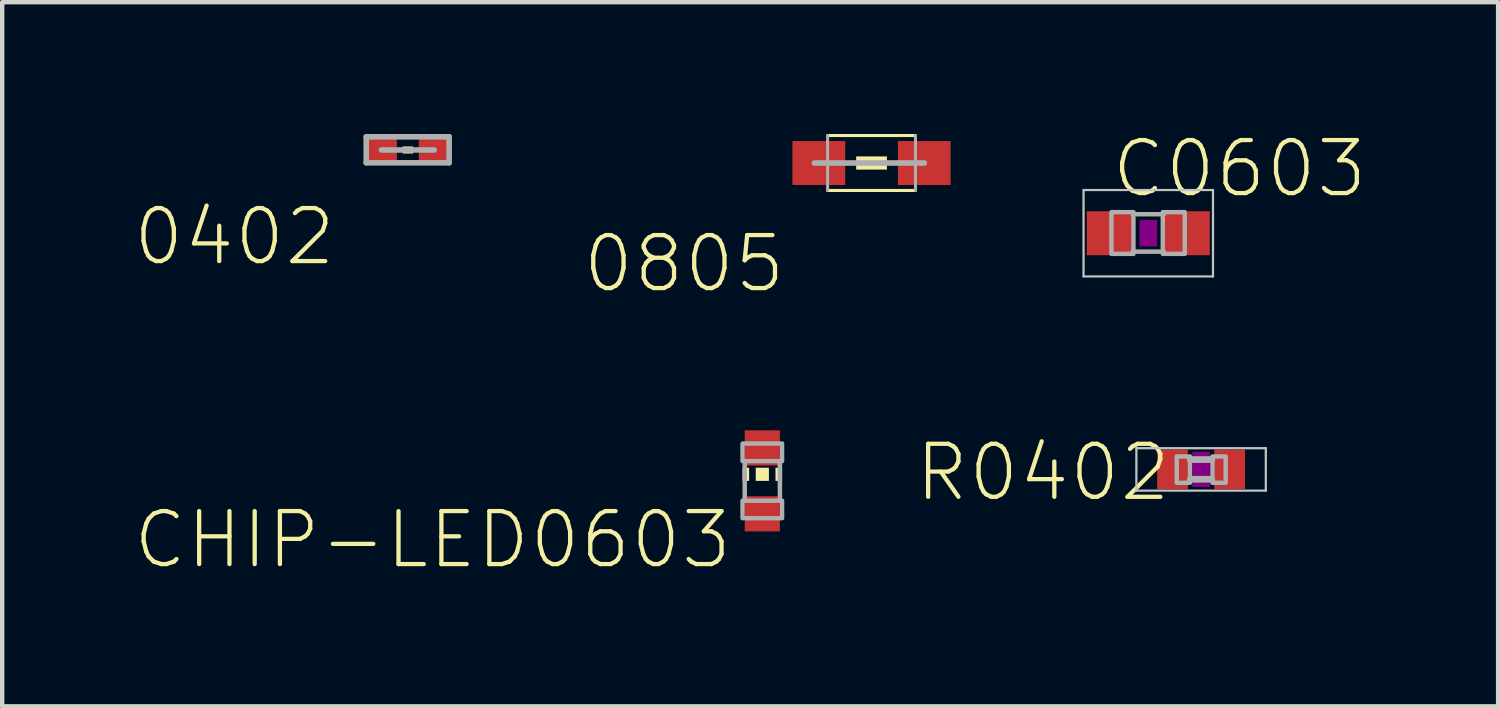
<source format=kicad_pcb>
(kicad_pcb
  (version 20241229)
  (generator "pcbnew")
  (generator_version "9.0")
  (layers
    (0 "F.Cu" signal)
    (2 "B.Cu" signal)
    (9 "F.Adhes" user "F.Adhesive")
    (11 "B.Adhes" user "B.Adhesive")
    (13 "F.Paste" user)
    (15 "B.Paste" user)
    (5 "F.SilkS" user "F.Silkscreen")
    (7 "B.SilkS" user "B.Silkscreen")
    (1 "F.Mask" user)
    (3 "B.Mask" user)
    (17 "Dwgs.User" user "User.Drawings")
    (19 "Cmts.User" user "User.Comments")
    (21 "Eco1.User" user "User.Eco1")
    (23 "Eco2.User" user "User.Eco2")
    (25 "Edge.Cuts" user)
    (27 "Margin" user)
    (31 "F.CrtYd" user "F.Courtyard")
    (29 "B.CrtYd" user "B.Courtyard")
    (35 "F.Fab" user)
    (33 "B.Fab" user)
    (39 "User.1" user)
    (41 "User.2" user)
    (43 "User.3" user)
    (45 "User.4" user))
  (footprint "0402"
    (layer "F.Cu")
    (at 6.232 0.363)
    (property "Reference" "0402" (at -1.587 1.27 180) (layer "F.SilkS") (effects (font (size 1.206 1.206) (thickness 0.097)) (justify right top)))
    (attr through_hole)
    (fp_poly (pts (xy -0.12 0.08) (xy 0.12 0.08) (xy 0.12 -0.08) (xy -0.12 -0.08)) (stroke (width 0) (type solid)) (fill yes) (layer "F.SilkS"))
    (fp_line (start -0.947 -0.3) (end 0.94 -0.3) (stroke (width 0.127) (type solid)) (layer "F.Fab"))
    (fp_line (start -0.947 0.292) (end -0.947 -0.3) (stroke (width 0.127) (type solid)) (layer "F.Fab"))
    (fp_line (start -0.6 0) (end 0.6 0) (stroke (width 0.127) (type solid)) (layer "F.Fab"))
    (fp_line (start 0.94 -0.3) (end 0.94 0.292) (stroke (width 0.127) (type solid)) (layer "F.Fab"))
    (fp_line (start 0.94 0.292) (end -0.947 0.292) (stroke (width 0.127) (type solid)) (layer "F.Fab"))
    (pad "1" smd rect (at -0.6 0) (size 0.7 0.6) (layers "F.Cu" "F.Mask" "F.Paste"))
    (pad "2" smd rect (at 0.6 0) (size 0.7 0.6) (layers "F.Cu" "F.Mask" "F.Paste")))
  (footprint "0805"
    (layer "F.Cu")
    (at 16.785 0.66)
    (property "Reference" "0805" (at -1.905 1.587 180) (layer "F.SilkS") (effects (font (size 1.206 1.206) (thickness 0.097)) (justify right top)))
    (attr through_hole)
    (fp_line (start -1 -0.625) (end 1 -0.625) (stroke (width 0.07) (type solid)) (layer "F.SilkS"))
    (fp_line (start 1 0.625) (end -1 0.625) (stroke (width 0.07) (type solid)) (layer "F.SilkS"))
    (fp_poly (pts (xy -0.35 0.15) (xy 0.35 0.15) (xy 0.35 -0.15) (xy -0.35 -0.15)) (stroke (width 0) (type solid)) (fill yes) (layer "F.SilkS"))
    (fp_line (start -1.3 0) (end 1.2 0) (stroke (width 0.127) (type solid)) (layer "F.Fab"))
    (fp_line (start -1 0.625) (end -1 -0.625) (stroke (width 0.07) (type solid)) (layer "F.Fab"))
    (fp_line (start 1 -0.625) (end 1 0.625) (stroke (width 0.07) (type solid)) (layer "F.Fab"))
    (pad "1" smd rect (at -1.2 0) (size 1.2 1) (layers "F.Cu" "F.Mask" "F.Paste"))
    (pad "2" smd rect (at 1.2 0) (size 1.2 1) (layers "F.Cu" "F.Mask" "F.Paste")))
  (footprint "C0603"
    (layer "F.Cu")
    (at 23.083 2.258)
    (property "Reference" "C0603" (at -0.889 -0.762 0) (layer "F.SilkS") (effects (font (size 1.206 1.206) (thickness 0.097)) (justify left bottom)))
    (attr through_hole)
    (fp_poly (pts (xy -0.2 0.3) (xy 0.2 0.3) (xy 0.2 -0.3) (xy -0.2 -0.3)) (stroke (width 0) (type solid)) (fill yes) (layer "F.Adhes"))
    (fp_line (start -1.473 -0.983) (end 1.473 -0.983) (stroke (width 0.051) (type solid)) (layer "Dwgs.User"))
    (fp_line (start -1.473 0.983) (end -1.473 -0.983) (stroke (width 0.051) (type solid)) (layer "Dwgs.User"))
    (fp_line (start 1.473 -0.983) (end 1.473 0.983) (stroke (width 0.051) (type solid)) (layer "Dwgs.User"))
    (fp_line (start 1.473 0.983) (end -1.473 0.983) (stroke (width 0.051) (type solid)) (layer "Dwgs.User"))
    (fp_line (start -0.356 -0.432) (end 0.356 -0.432) (stroke (width 0.102) (type solid)) (layer "F.Fab"))
    (fp_line (start -0.356 0.419) (end 0.356 0.419) (stroke (width 0.102) (type solid)) (layer "F.Fab"))
    (fp_poly (pts (xy -0.838 0.47) (xy -0.338 0.47) (xy -0.338 -0.48) (xy -0.838 -0.48)) (stroke (width 0.1) (type solid)) (fill no) (layer "F.Fab"))
    (fp_poly (pts (xy 0.33 0.47) (xy 0.83 0.47) (xy 0.83 -0.48) (xy 0.33 -0.48)) (stroke (width 0.1) (type solid)) (fill no) (layer "F.Fab"))
    (pad "1" smd rect (at -0.85 0) (size 1.1 1) (layers "F.Cu" "F.Mask" "F.Paste"))
    (pad "2" smd rect (at 0.85 0) (size 1.1 1) (layers "F.Cu" "F.Mask" "F.Paste")))
  (footprint "R0402"
    (layer "F.Cu")
    (at 24.285 7.633)
    (property "Reference" "R0402" (at -0.635 -0.635 180) (layer "F.SilkS") (effects (font (size 1.206 1.206) (thickness 0.097)) (justify right top)))
    (attr through_hole)
    (fp_poly (pts (xy -0.2 0.4) (xy 0.2 0.4) (xy 0.2 -0.4) (xy -0.2 -0.4)) (stroke (width 0) (type solid)) (fill yes) (layer "F.Adhes"))
    (fp_line (start -1.473 -0.483) (end 1.473 -0.483) (stroke (width 0.051) (type solid)) (layer "Dwgs.User"))
    (fp_line (start -1.473 0.483) (end -1.473 -0.483) (stroke (width 0.051) (type solid)) (layer "Dwgs.User"))
    (fp_line (start 1.473 -0.483) (end 1.473 0.483) (stroke (width 0.051) (type solid)) (layer "Dwgs.User"))
    (fp_line (start 1.473 0.483) (end -1.473 0.483) (stroke (width 0.051) (type solid)) (layer "Dwgs.User"))
    (fp_line (start -0.245 -0.224) (end 0.245 -0.224) (stroke (width 0.152) (type solid)) (layer "F.Fab"))
    (fp_line (start 0.245 0.224) (end -0.245 0.224) (stroke (width 0.152) (type solid)) (layer "F.Fab"))
    (fp_poly (pts (xy -0.554 0.305) (xy -0.254 0.305) (xy -0.254 -0.295) (xy -0.554 -0.295)) (stroke (width 0.1) (type solid)) (fill no) (layer "F.Fab"))
    (fp_poly (pts (xy 0.259 0.305) (xy 0.559 0.305) (xy 0.559 -0.295) (xy 0.259 -0.295)) (stroke (width 0.1) (type solid)) (fill no) (layer "F.Fab"))
    (pad "1" smd rect (at -0.65 0) (size 0.7 0.9) (layers "F.Cu" "F.Mask" "F.Paste"))
    (pad "2" smd rect (at 0.65 0) (size 0.7 0.9) (layers "F.Cu" "F.Mask" "F.Paste")))
  (footprint "CHIP-LED0603"
    (layer "F.Cu")
    (at 14.299 7.894)
    (property "Reference" "CHIP-LED0603" (at -0.635 0.635 0) (layer "F.SilkS") (effects (font (size 1.206 1.206) (thickness 0.097)) (justify right top)))
    (attr through_hole)
    (fp_poly (pts (xy -0.45 0) (xy -0.3 0) (xy -0.3 -0.3) (xy -0.45 -0.3)) (stroke (width 0) (type solid)) (fill yes) (layer "F.SilkS"))
    (fp_poly (pts (xy -0.15 0) (xy 0.15 0) (xy 0.15 -0.3) (xy -0.15 -0.3)) (stroke (width 0) (type solid)) (fill yes) (layer "F.SilkS"))
    (fp_poly (pts (xy 0.3 0) (xy 0.45 0) (xy 0.45 -0.3) (xy 0.3 -0.3)) (stroke (width 0) (type solid)) (fill yes) (layer "F.SilkS"))
    (fp_line (start -0.4 -0.45) (end -0.4 0.45) (stroke (width 0.102) (type solid)) (layer "F.Fab"))
    (fp_line (start 0.4 -0.45) (end 0.4 0.45) (stroke (width 0.102) (type solid)) (layer "F.Fab"))
    (fp_poly (pts (xy -0.45 -0.45) (xy 0.45 -0.45) (xy 0.45 -0.85) (xy -0.45 -0.85)) (stroke (width 0.1) (type solid)) (fill no) (layer "F.Fab"))
    (fp_poly (pts (xy -0.45 0.85) (xy 0.45 0.85) (xy 0.45 0.45) (xy -0.45 0.45)) (stroke (width 0.1) (type solid)) (fill no) (layer "F.Fab"))
    (pad "A" smd rect (at 0 0.75) (size 0.8 0.8) (layers "F.Cu" "F.Mask" "F.Paste"))
    (pad "C" smd rect (at 0 -0.75) (size 0.8 0.8) (layers "F.Cu" "F.Mask" "F.Paste")))
  (gr_rect
    (start -3 -3)
    (end 31.045 13.025)
    (stroke (width 0.1) (type default))
    (fill no)
    (layer "Edge.Cuts")))
</source>
